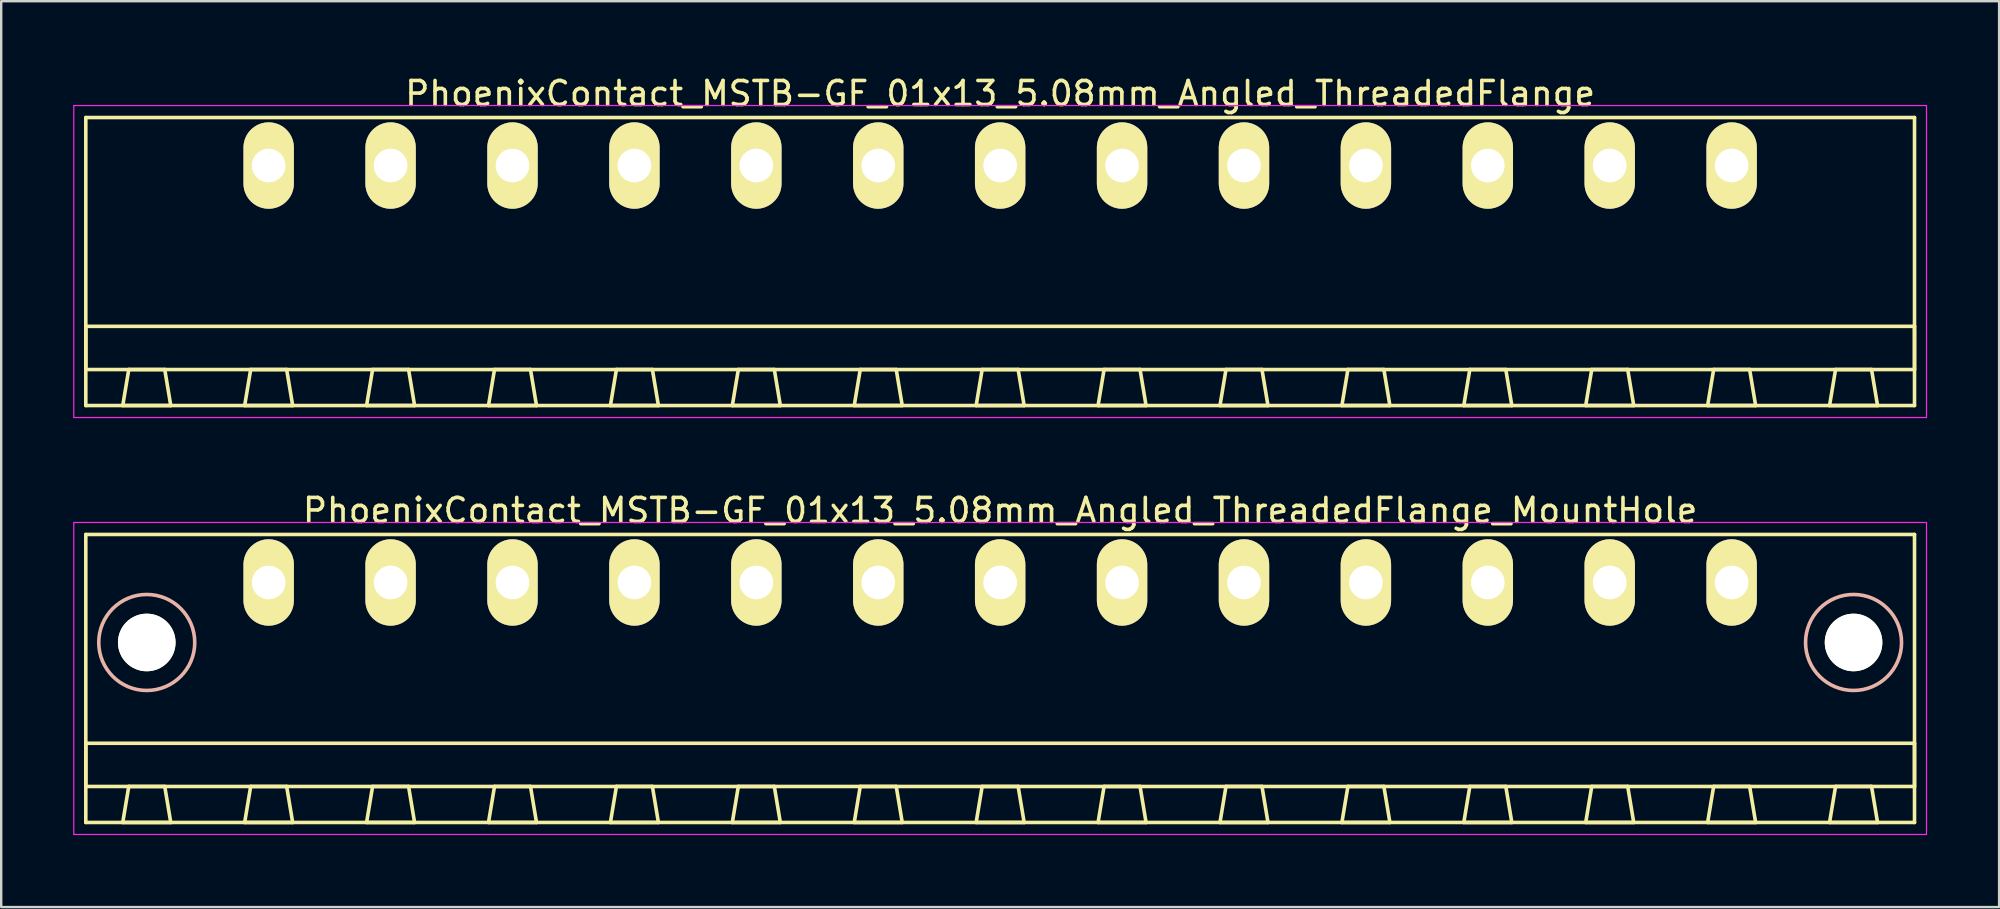
<source format=kicad_pcb>
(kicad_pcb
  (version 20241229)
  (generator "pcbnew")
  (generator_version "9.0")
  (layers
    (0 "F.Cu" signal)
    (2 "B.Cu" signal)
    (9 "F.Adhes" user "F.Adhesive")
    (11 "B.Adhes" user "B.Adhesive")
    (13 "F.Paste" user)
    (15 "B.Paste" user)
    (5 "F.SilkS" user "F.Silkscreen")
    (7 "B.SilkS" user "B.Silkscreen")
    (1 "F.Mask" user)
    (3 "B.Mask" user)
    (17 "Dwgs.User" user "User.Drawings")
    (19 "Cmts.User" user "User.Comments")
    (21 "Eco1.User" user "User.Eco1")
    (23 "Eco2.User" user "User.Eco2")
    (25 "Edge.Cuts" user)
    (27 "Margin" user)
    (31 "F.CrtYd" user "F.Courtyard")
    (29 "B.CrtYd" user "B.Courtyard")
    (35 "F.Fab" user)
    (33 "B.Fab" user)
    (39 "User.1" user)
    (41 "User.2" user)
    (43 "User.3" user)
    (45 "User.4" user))
  (footprint "PhoenixContact_MSTB-GF_01x13_5.08mm_Angled_ThreadedFlange"
    (layer "F.Cu")
    (at 8.145 3.848)
    (property "Reference" "PhoenixContact_MSTB-GF_01x13_5.08mm_Angled_ThreadedFlange" (at 30.48 -3 0) (layer "F.SilkS") (effects (font (size 1 1) (thickness 0.15))))
    (attr through_hole)
    (fp_line (start -7.62 -2) (end -7.62 10) (stroke (width 0.15) (type solid)) (layer "F.SilkS"))
    (fp_line (start -7.62 6.7) (end 68.58 6.7) (stroke (width 0.15) (type solid)) (layer "F.SilkS"))
    (fp_line (start -7.62 8.5) (end -7.62 6.7) (stroke (width 0.15) (type solid)) (layer "F.SilkS"))
    (fp_line (start -7.62 10) (end 68.58 10) (stroke (width 0.15) (type solid)) (layer "F.SilkS"))
    (fp_line (start -6.08 10) (end -4.08 10) (stroke (width 0.15) (type solid)) (layer "F.SilkS"))
    (fp_line (start -5.83 8.5) (end -6.08 10) (stroke (width 0.15) (type solid)) (layer "F.SilkS"))
    (fp_line (start -4.33 8.5) (end -5.83 8.5) (stroke (width 0.15) (type solid)) (layer "F.SilkS"))
    (fp_line (start -4.08 10) (end -4.33 8.5) (stroke (width 0.15) (type solid)) (layer "F.SilkS"))
    (fp_line (start -1 10) (end 1 10) (stroke (width 0.15) (type solid)) (layer "F.SilkS"))
    (fp_line (start -0.75 8.5) (end -1 10) (stroke (width 0.15) (type solid)) (layer "F.SilkS"))
    (fp_line (start 0.75 8.5) (end -0.75 8.5) (stroke (width 0.15) (type solid)) (layer "F.SilkS"))
    (fp_line (start 1 10) (end 0.75 8.5) (stroke (width 0.15) (type solid)) (layer "F.SilkS"))
    (fp_line (start 4.08 10) (end 6.08 10) (stroke (width 0.15) (type solid)) (layer "F.SilkS"))
    (fp_line (start 4.33 8.5) (end 4.08 10) (stroke (width 0.15) (type solid)) (layer "F.SilkS"))
    (fp_line (start 5.83 8.5) (end 4.33 8.5) (stroke (width 0.15) (type solid)) (layer "F.SilkS"))
    (fp_line (start 6.08 10) (end 5.83 8.5) (stroke (width 0.15) (type solid)) (layer "F.SilkS"))
    (fp_line (start 9.16 10) (end 11.16 10) (stroke (width 0.15) (type solid)) (layer "F.SilkS"))
    (fp_line (start 9.41 8.5) (end 9.16 10) (stroke (width 0.15) (type solid)) (layer "F.SilkS"))
    (fp_line (start 10.91 8.5) (end 9.41 8.5) (stroke (width 0.15) (type solid)) (layer "F.SilkS"))
    (fp_line (start 11.16 10) (end 10.91 8.5) (stroke (width 0.15) (type solid)) (layer "F.SilkS"))
    (fp_line (start 14.24 10) (end 16.24 10) (stroke (width 0.15) (type solid)) (layer "F.SilkS"))
    (fp_line (start 14.49 8.5) (end 14.24 10) (stroke (width 0.15) (type solid)) (layer "F.SilkS"))
    (fp_line (start 15.99 8.5) (end 14.49 8.5) (stroke (width 0.15) (type solid)) (layer "F.SilkS"))
    (fp_line (start 16.24 10) (end 15.99 8.5) (stroke (width 0.15) (type solid)) (layer "F.SilkS"))
    (fp_line (start 19.32 10) (end 21.32 10) (stroke (width 0.15) (type solid)) (layer "F.SilkS"))
    (fp_line (start 19.57 8.5) (end 19.32 10) (stroke (width 0.15) (type solid)) (layer "F.SilkS"))
    (fp_line (start 21.07 8.5) (end 19.57 8.5) (stroke (width 0.15) (type solid)) (layer "F.SilkS"))
    (fp_line (start 21.32 10) (end 21.07 8.5) (stroke (width 0.15) (type solid)) (layer "F.SilkS"))
    (fp_line (start 24.4 10) (end 26.4 10) (stroke (width 0.15) (type solid)) (layer "F.SilkS"))
    (fp_line (start 24.65 8.5) (end 24.4 10) (stroke (width 0.15) (type solid)) (layer "F.SilkS"))
    (fp_line (start 26.15 8.5) (end 24.65 8.5) (stroke (width 0.15) (type solid)) (layer "F.SilkS"))
    (fp_line (start 26.4 10) (end 26.15 8.5) (stroke (width 0.15) (type solid)) (layer "F.SilkS"))
    (fp_line (start 29.48 10) (end 31.48 10) (stroke (width 0.15) (type solid)) (layer "F.SilkS"))
    (fp_line (start 29.73 8.5) (end 29.48 10) (stroke (width 0.15) (type solid)) (layer "F.SilkS"))
    (fp_line (start 31.23 8.5) (end 29.73 8.5) (stroke (width 0.15) (type solid)) (layer "F.SilkS"))
    (fp_line (start 31.48 10) (end 31.23 8.5) (stroke (width 0.15) (type solid)) (layer "F.SilkS"))
    (fp_line (start 34.56 10) (end 36.56 10) (stroke (width 0.15) (type solid)) (layer "F.SilkS"))
    (fp_line (start 34.81 8.5) (end 34.56 10) (stroke (width 0.15) (type solid)) (layer "F.SilkS"))
    (fp_line (start 36.31 8.5) (end 34.81 8.5) (stroke (width 0.15) (type solid)) (layer "F.SilkS"))
    (fp_line (start 36.56 10) (end 36.31 8.5) (stroke (width 0.15) (type solid)) (layer "F.SilkS"))
    (fp_line (start 39.64 10) (end 41.64 10) (stroke (width 0.15) (type solid)) (layer "F.SilkS"))
    (fp_line (start 39.89 8.5) (end 39.64 10) (stroke (width 0.15) (type solid)) (layer "F.SilkS"))
    (fp_line (start 41.39 8.5) (end 39.89 8.5) (stroke (width 0.15) (type solid)) (layer "F.SilkS"))
    (fp_line (start 41.64 10) (end 41.39 8.5) (stroke (width 0.15) (type solid)) (layer "F.SilkS"))
    (fp_line (start 44.72 10) (end 46.72 10) (stroke (width 0.15) (type solid)) (layer "F.SilkS"))
    (fp_line (start 44.97 8.5) (end 44.72 10) (stroke (width 0.15) (type solid)) (layer "F.SilkS"))
    (fp_line (start 46.47 8.5) (end 44.97 8.5) (stroke (width 0.15) (type solid)) (layer "F.SilkS"))
    (fp_line (start 46.72 10) (end 46.47 8.5) (stroke (width 0.15) (type solid)) (layer "F.SilkS"))
    (fp_line (start 49.8 10) (end 51.8 10) (stroke (width 0.15) (type solid)) (layer "F.SilkS"))
    (fp_line (start 50.05 8.5) (end 49.8 10) (stroke (width 0.15) (type solid)) (layer "F.SilkS"))
    (fp_line (start 51.55 8.5) (end 50.05 8.5) (stroke (width 0.15) (type solid)) (layer "F.SilkS"))
    (fp_line (start 51.8 10) (end 51.55 8.5) (stroke (width 0.15) (type solid)) (layer "F.SilkS"))
    (fp_line (start 54.88 10) (end 56.88 10) (stroke (width 0.15) (type solid)) (layer "F.SilkS"))
    (fp_line (start 55.13 8.5) (end 54.88 10) (stroke (width 0.15) (type solid)) (layer "F.SilkS"))
    (fp_line (start 56.63 8.5) (end 55.13 8.5) (stroke (width 0.15) (type solid)) (layer "F.SilkS"))
    (fp_line (start 56.88 10) (end 56.63 8.5) (stroke (width 0.15) (type solid)) (layer "F.SilkS"))
    (fp_line (start 59.96 10) (end 61.96 10) (stroke (width 0.15) (type solid)) (layer "F.SilkS"))
    (fp_line (start 60.21 8.5) (end 59.96 10) (stroke (width 0.15) (type solid)) (layer "F.SilkS"))
    (fp_line (start 61.71 8.5) (end 60.21 8.5) (stroke (width 0.15) (type solid)) (layer "F.SilkS"))
    (fp_line (start 61.96 10) (end 61.71 8.5) (stroke (width 0.15) (type solid)) (layer "F.SilkS"))
    (fp_line (start 65.04 10) (end 67.04 10) (stroke (width 0.15) (type solid)) (layer "F.SilkS"))
    (fp_line (start 65.29 8.5) (end 65.04 10) (stroke (width 0.15) (type solid)) (layer "F.SilkS"))
    (fp_line (start 66.79 8.5) (end 65.29 8.5) (stroke (width 0.15) (type solid)) (layer "F.SilkS"))
    (fp_line (start 67.04 10) (end 66.79 8.5) (stroke (width 0.15) (type solid)) (layer "F.SilkS"))
    (fp_line (start 68.58 -2) (end -7.62 -2) (stroke (width 0.15) (type solid)) (layer "F.SilkS"))
    (fp_line (start 68.58 6.7) (end 68.58 8.5) (stroke (width 0.15) (type solid)) (layer "F.SilkS"))
    (fp_line (start 68.58 8.5) (end -7.62 8.5) (stroke (width 0.15) (type solid)) (layer "F.SilkS"))
    (fp_line (start 68.58 10) (end 68.58 -2) (stroke (width 0.15) (type solid)) (layer "F.SilkS"))
    (fp_line (start -8.12 -2.5) (end -8.12 10.5) (stroke (width 0.05) (type solid)) (layer "F.CrtYd"))
    (fp_line (start -8.12 10.5) (end 69.08 10.5) (stroke (width 0.05) (type solid)) (layer "F.CrtYd"))
    (fp_line (start 69.08 -2.5) (end -8.12 -2.5) (stroke (width 0.05) (type solid)) (layer "F.CrtYd"))
    (fp_line (start 69.08 10.5) (end 69.08 -2.5) (stroke (width 0.05) (type solid)) (layer "F.CrtYd"))
    (pad "1" thru_hole oval (at 0 0) (size 2.1 3.6) (drill 1.4) (layers "*.Cu" "*.Mask" "F.SilkS"))
    (pad "2" thru_hole oval (at 5.08 0) (size 2.1 3.6) (drill 1.4) (layers "*.Cu" "*.Mask" "F.SilkS"))
    (pad "3" thru_hole oval (at 10.16 0) (size 2.1 3.6) (drill 1.4) (layers "*.Cu" "*.Mask" "F.SilkS"))
    (pad "4" thru_hole oval (at 15.24 0) (size 2.1 3.6) (drill 1.4) (layers "*.Cu" "*.Mask" "F.SilkS"))
    (pad "5" thru_hole oval (at 20.32 0) (size 2.1 3.6) (drill 1.4) (layers "*.Cu" "*.Mask" "F.SilkS"))
    (pad "6" thru_hole oval (at 25.4 0) (size 2.1 3.6) (drill 1.4) (layers "*.Cu" "*.Mask" "F.SilkS"))
    (pad "7" thru_hole oval (at 30.48 0) (size 2.1 3.6) (drill 1.4) (layers "*.Cu" "*.Mask" "F.SilkS"))
    (pad "8" thru_hole oval (at 35.56 0) (size 2.1 3.6) (drill 1.4) (layers "*.Cu" "*.Mask" "F.SilkS"))
    (pad "9" thru_hole oval (at 40.64 0) (size 2.1 3.6) (drill 1.4) (layers "*.Cu" "*.Mask" "F.SilkS"))
    (pad "10" thru_hole oval (at 45.72 0) (size 2.1 3.6) (drill 1.4) (layers "*.Cu" "*.Mask" "F.SilkS"))
    (pad "11" thru_hole oval (at 50.8 0) (size 2.1 3.6) (drill 1.4) (layers "*.Cu" "*.Mask" "F.SilkS"))
    (pad "12" thru_hole oval (at 55.88 0) (size 2.1 3.6) (drill 1.4) (layers "*.Cu" "*.Mask" "F.SilkS"))
    (pad "13" thru_hole oval (at 60.96 0) (size 2.1 3.6) (drill 1.4) (layers "*.Cu" "*.Mask" "F.SilkS")))
  (footprint "PhoenixContact_MSTB-GF_01x13_5.08mm_Angled_ThreadedFlange_MountHole"
    (layer "F.Cu")
    (at 8.145 21.221)
    (property "Reference" "PhoenixContact_MSTB-GF_01x13_5.08mm_Angled_ThreadedFlange_MountHole" (at 30.48 -3 0) (layer "F.SilkS") (effects (font (size 1 1) (thickness 0.15))))
    (attr through_hole)
    (fp_line (start -7.62 -2) (end -7.62 10) (stroke (width 0.15) (type solid)) (layer "F.SilkS"))
    (fp_line (start -7.62 6.7) (end 68.58 6.7) (stroke (width 0.15) (type solid)) (layer "F.SilkS"))
    (fp_line (start -7.62 8.5) (end -7.62 6.7) (stroke (width 0.15) (type solid)) (layer "F.SilkS"))
    (fp_line (start -7.62 10) (end 68.58 10) (stroke (width 0.15) (type solid)) (layer "F.SilkS"))
    (fp_line (start -6.08 10) (end -4.08 10) (stroke (width 0.15) (type solid)) (layer "F.SilkS"))
    (fp_line (start -5.83 8.5) (end -6.08 10) (stroke (width 0.15) (type solid)) (layer "F.SilkS"))
    (fp_line (start -4.33 8.5) (end -5.83 8.5) (stroke (width 0.15) (type solid)) (layer "F.SilkS"))
    (fp_line (start -4.08 10) (end -4.33 8.5) (stroke (width 0.15) (type solid)) (layer "F.SilkS"))
    (fp_line (start -1 10) (end 1 10) (stroke (width 0.15) (type solid)) (layer "F.SilkS"))
    (fp_line (start -0.75 8.5) (end -1 10) (stroke (width 0.15) (type solid)) (layer "F.SilkS"))
    (fp_line (start 0.75 8.5) (end -0.75 8.5) (stroke (width 0.15) (type solid)) (layer "F.SilkS"))
    (fp_line (start 1 10) (end 0.75 8.5) (stroke (width 0.15) (type solid)) (layer "F.SilkS"))
    (fp_line (start 4.08 10) (end 6.08 10) (stroke (width 0.15) (type solid)) (layer "F.SilkS"))
    (fp_line (start 4.33 8.5) (end 4.08 10) (stroke (width 0.15) (type solid)) (layer "F.SilkS"))
    (fp_line (start 5.83 8.5) (end 4.33 8.5) (stroke (width 0.15) (type solid)) (layer "F.SilkS"))
    (fp_line (start 6.08 10) (end 5.83 8.5) (stroke (width 0.15) (type solid)) (layer "F.SilkS"))
    (fp_line (start 9.16 10) (end 11.16 10) (stroke (width 0.15) (type solid)) (layer "F.SilkS"))
    (fp_line (start 9.41 8.5) (end 9.16 10) (stroke (width 0.15) (type solid)) (layer "F.SilkS"))
    (fp_line (start 10.91 8.5) (end 9.41 8.5) (stroke (width 0.15) (type solid)) (layer "F.SilkS"))
    (fp_line (start 11.16 10) (end 10.91 8.5) (stroke (width 0.15) (type solid)) (layer "F.SilkS"))
    (fp_line (start 14.24 10) (end 16.24 10) (stroke (width 0.15) (type solid)) (layer "F.SilkS"))
    (fp_line (start 14.49 8.5) (end 14.24 10) (stroke (width 0.15) (type solid)) (layer "F.SilkS"))
    (fp_line (start 15.99 8.5) (end 14.49 8.5) (stroke (width 0.15) (type solid)) (layer "F.SilkS"))
    (fp_line (start 16.24 10) (end 15.99 8.5) (stroke (width 0.15) (type solid)) (layer "F.SilkS"))
    (fp_line (start 19.32 10) (end 21.32 10) (stroke (width 0.15) (type solid)) (layer "F.SilkS"))
    (fp_line (start 19.57 8.5) (end 19.32 10) (stroke (width 0.15) (type solid)) (layer "F.SilkS"))
    (fp_line (start 21.07 8.5) (end 19.57 8.5) (stroke (width 0.15) (type solid)) (layer "F.SilkS"))
    (fp_line (start 21.32 10) (end 21.07 8.5) (stroke (width 0.15) (type solid)) (layer "F.SilkS"))
    (fp_line (start 24.4 10) (end 26.4 10) (stroke (width 0.15) (type solid)) (layer "F.SilkS"))
    (fp_line (start 24.65 8.5) (end 24.4 10) (stroke (width 0.15) (type solid)) (layer "F.SilkS"))
    (fp_line (start 26.15 8.5) (end 24.65 8.5) (stroke (width 0.15) (type solid)) (layer "F.SilkS"))
    (fp_line (start 26.4 10) (end 26.15 8.5) (stroke (width 0.15) (type solid)) (layer "F.SilkS"))
    (fp_line (start 29.48 10) (end 31.48 10) (stroke (width 0.15) (type solid)) (layer "F.SilkS"))
    (fp_line (start 29.73 8.5) (end 29.48 10) (stroke (width 0.15) (type solid)) (layer "F.SilkS"))
    (fp_line (start 31.23 8.5) (end 29.73 8.5) (stroke (width 0.15) (type solid)) (layer "F.SilkS"))
    (fp_line (start 31.48 10) (end 31.23 8.5) (stroke (width 0.15) (type solid)) (layer "F.SilkS"))
    (fp_line (start 34.56 10) (end 36.56 10) (stroke (width 0.15) (type solid)) (layer "F.SilkS"))
    (fp_line (start 34.81 8.5) (end 34.56 10) (stroke (width 0.15) (type solid)) (layer "F.SilkS"))
    (fp_line (start 36.31 8.5) (end 34.81 8.5) (stroke (width 0.15) (type solid)) (layer "F.SilkS"))
    (fp_line (start 36.56 10) (end 36.31 8.5) (stroke (width 0.15) (type solid)) (layer "F.SilkS"))
    (fp_line (start 39.64 10) (end 41.64 10) (stroke (width 0.15) (type solid)) (layer "F.SilkS"))
    (fp_line (start 39.89 8.5) (end 39.64 10) (stroke (width 0.15) (type solid)) (layer "F.SilkS"))
    (fp_line (start 41.39 8.5) (end 39.89 8.5) (stroke (width 0.15) (type solid)) (layer "F.SilkS"))
    (fp_line (start 41.64 10) (end 41.39 8.5) (stroke (width 0.15) (type solid)) (layer "F.SilkS"))
    (fp_line (start 44.72 10) (end 46.72 10) (stroke (width 0.15) (type solid)) (layer "F.SilkS"))
    (fp_line (start 44.97 8.5) (end 44.72 10) (stroke (width 0.15) (type solid)) (layer "F.SilkS"))
    (fp_line (start 46.47 8.5) (end 44.97 8.5) (stroke (width 0.15) (type solid)) (layer "F.SilkS"))
    (fp_line (start 46.72 10) (end 46.47 8.5) (stroke (width 0.15) (type solid)) (layer "F.SilkS"))
    (fp_line (start 49.8 10) (end 51.8 10) (stroke (width 0.15) (type solid)) (layer "F.SilkS"))
    (fp_line (start 50.05 8.5) (end 49.8 10) (stroke (width 0.15) (type solid)) (layer "F.SilkS"))
    (fp_line (start 51.55 8.5) (end 50.05 8.5) (stroke (width 0.15) (type solid)) (layer "F.SilkS"))
    (fp_line (start 51.8 10) (end 51.55 8.5) (stroke (width 0.15) (type solid)) (layer "F.SilkS"))
    (fp_line (start 54.88 10) (end 56.88 10) (stroke (width 0.15) (type solid)) (layer "F.SilkS"))
    (fp_line (start 55.13 8.5) (end 54.88 10) (stroke (width 0.15) (type solid)) (layer "F.SilkS"))
    (fp_line (start 56.63 8.5) (end 55.13 8.5) (stroke (width 0.15) (type solid)) (layer "F.SilkS"))
    (fp_line (start 56.88 10) (end 56.63 8.5) (stroke (width 0.15) (type solid)) (layer "F.SilkS"))
    (fp_line (start 59.96 10) (end 61.96 10) (stroke (width 0.15) (type solid)) (layer "F.SilkS"))
    (fp_line (start 60.21 8.5) (end 59.96 10) (stroke (width 0.15) (type solid)) (layer "F.SilkS"))
    (fp_line (start 61.71 8.5) (end 60.21 8.5) (stroke (width 0.15) (type solid)) (layer "F.SilkS"))
    (fp_line (start 61.96 10) (end 61.71 8.5) (stroke (width 0.15) (type solid)) (layer "F.SilkS"))
    (fp_line (start 65.04 10) (end 67.04 10) (stroke (width 0.15) (type solid)) (layer "F.SilkS"))
    (fp_line (start 65.29 8.5) (end 65.04 10) (stroke (width 0.15) (type solid)) (layer "F.SilkS"))
    (fp_line (start 66.79 8.5) (end 65.29 8.5) (stroke (width 0.15) (type solid)) (layer "F.SilkS"))
    (fp_line (start 67.04 10) (end 66.79 8.5) (stroke (width 0.15) (type solid)) (layer "F.SilkS"))
    (fp_line (start 68.58 -2) (end -7.62 -2) (stroke (width 0.15) (type solid)) (layer "F.SilkS"))
    (fp_line (start 68.58 6.7) (end 68.58 8.5) (stroke (width 0.15) (type solid)) (layer "F.SilkS"))
    (fp_line (start 68.58 8.5) (end -7.62 8.5) (stroke (width 0.15) (type solid)) (layer "F.SilkS"))
    (fp_line (start 68.58 10) (end 68.58 -2) (stroke (width 0.15) (type solid)) (layer "F.SilkS"))
    (fp_circle (center -5.08 2.5) (end -3.08 2.5) (stroke (width 0.15) (type solid)) (fill no) (layer "B.SilkS"))
    (fp_circle (center 66.04 2.5) (end 68.04 2.5) (stroke (width 0.15) (type solid)) (fill no) (layer "B.SilkS"))
    (fp_line (start -8.12 -2.5) (end -8.12 10.5) (stroke (width 0.05) (type solid)) (layer "F.CrtYd"))
    (fp_line (start -8.12 10.5) (end 69.08 10.5) (stroke (width 0.05) (type solid)) (layer "F.CrtYd"))
    (fp_line (start 69.08 -2.5) (end -8.12 -2.5) (stroke (width 0.05) (type solid)) (layer "F.CrtYd"))
    (fp_line (start 69.08 10.5) (end 69.08 -2.5) (stroke (width 0.05) (type solid)) (layer "F.CrtYd"))
    (pad "" np_thru_hole circle (at -5.08 2.5) (size 2.4 2.4) (drill 2.4) (layers "*.Cu" "*.Mask" "F.SilkS"))
    (pad "" np_thru_hole circle (at 66.04 2.5) (size 2.4 2.4) (drill 2.4) (layers "*.Cu" "*.Mask" "F.SilkS"))
    (pad "1" thru_hole oval (at 0 0) (size 2.1 3.6) (drill 1.4) (layers "*.Cu" "*.Mask" "F.SilkS"))
    (pad "2" thru_hole oval (at 5.08 0) (size 2.1 3.6) (drill 1.4) (layers "*.Cu" "*.Mask" "F.SilkS"))
    (pad "3" thru_hole oval (at 10.16 0) (size 2.1 3.6) (drill 1.4) (layers "*.Cu" "*.Mask" "F.SilkS"))
    (pad "4" thru_hole oval (at 15.24 0) (size 2.1 3.6) (drill 1.4) (layers "*.Cu" "*.Mask" "F.SilkS"))
    (pad "5" thru_hole oval (at 20.32 0) (size 2.1 3.6) (drill 1.4) (layers "*.Cu" "*.Mask" "F.SilkS"))
    (pad "6" thru_hole oval (at 25.4 0) (size 2.1 3.6) (drill 1.4) (layers "*.Cu" "*.Mask" "F.SilkS"))
    (pad "7" thru_hole oval (at 30.48 0) (size 2.1 3.6) (drill 1.4) (layers "*.Cu" "*.Mask" "F.SilkS"))
    (pad "8" thru_hole oval (at 35.56 0) (size 2.1 3.6) (drill 1.4) (layers "*.Cu" "*.Mask" "F.SilkS"))
    (pad "9" thru_hole oval (at 40.64 0) (size 2.1 3.6) (drill 1.4) (layers "*.Cu" "*.Mask" "F.SilkS"))
    (pad "10" thru_hole oval (at 45.72 0) (size 2.1 3.6) (drill 1.4) (layers "*.Cu" "*.Mask" "F.SilkS"))
    (pad "11" thru_hole oval (at 50.8 0) (size 2.1 3.6) (drill 1.4) (layers "*.Cu" "*.Mask" "F.SilkS"))
    (pad "12" thru_hole oval (at 55.88 0) (size 2.1 3.6) (drill 1.4) (layers "*.Cu" "*.Mask" "F.SilkS"))
    (pad "13" thru_hole oval (at 60.96 0) (size 2.1 3.6) (drill 1.4) (layers "*.Cu" "*.Mask" "F.SilkS")))
  (gr_rect
    (start -3 -3)
    (end 80.25 34.746)
    (stroke (width 0.1) (type default))
    (fill no)
    (layer "Edge.Cuts")))
</source>
